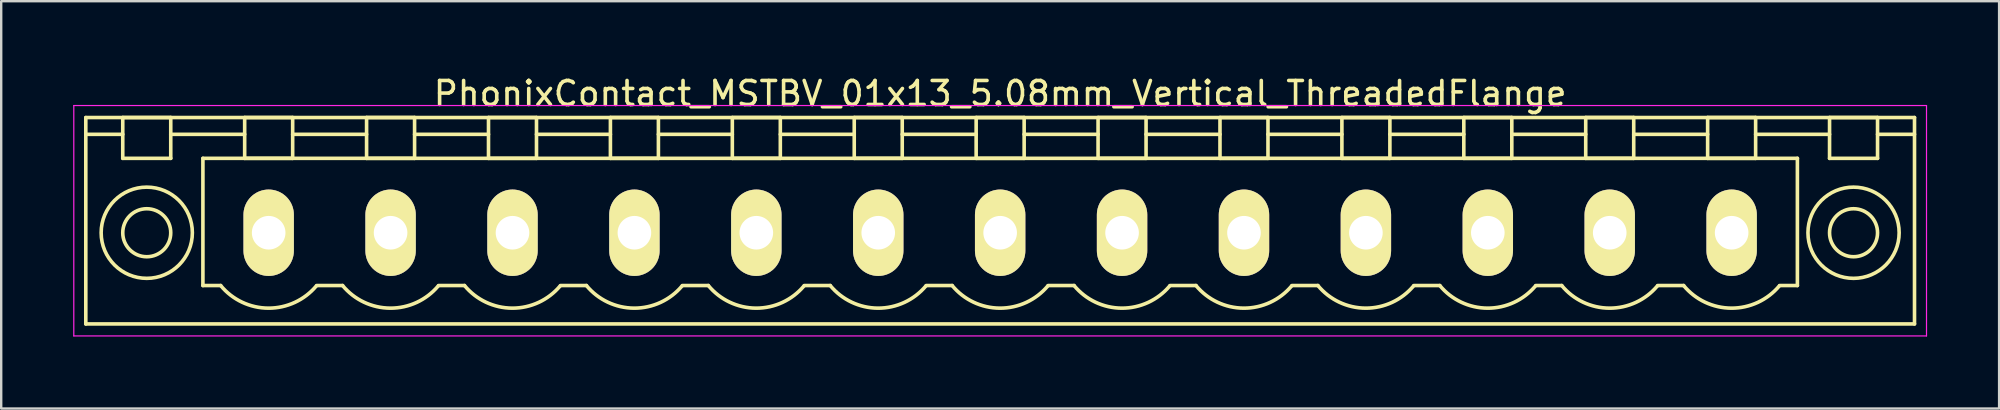
<source format=kicad_pcb>
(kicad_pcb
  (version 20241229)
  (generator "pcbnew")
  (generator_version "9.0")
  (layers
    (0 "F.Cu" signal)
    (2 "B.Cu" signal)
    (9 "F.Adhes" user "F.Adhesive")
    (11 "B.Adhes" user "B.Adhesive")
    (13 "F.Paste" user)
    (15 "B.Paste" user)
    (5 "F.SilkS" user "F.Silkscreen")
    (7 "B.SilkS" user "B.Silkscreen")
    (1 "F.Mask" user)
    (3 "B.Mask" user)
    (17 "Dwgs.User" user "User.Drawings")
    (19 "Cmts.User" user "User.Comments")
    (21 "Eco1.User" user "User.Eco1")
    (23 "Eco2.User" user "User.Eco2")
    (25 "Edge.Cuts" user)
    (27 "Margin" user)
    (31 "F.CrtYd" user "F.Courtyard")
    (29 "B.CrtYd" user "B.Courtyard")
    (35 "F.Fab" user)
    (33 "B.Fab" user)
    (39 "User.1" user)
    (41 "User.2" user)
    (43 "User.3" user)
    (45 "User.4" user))
  (footprint "PhonixContact_MSTBV_01x13_5.08mm_Vertical_ThreadedFlange"
    (layer "F.Cu")
    (at 8.145 6.648)
    (property "Reference" "PhonixContact_MSTBV_01x13_5.08mm_Vertical_ThreadedFlange" (at 30.48 -5.8 0) (layer "F.SilkS") (effects (font (size 1 1) (thickness 0.15))))
    (attr through_hole)
    (fp_line (start -7.62 -4.8) (end -7.62 3.8) (stroke (width 0.15) (type solid)) (layer "F.SilkS"))
    (fp_line (start -7.62 -4.1) (end -6.08 -4.1) (stroke (width 0.15) (type solid)) (layer "F.SilkS"))
    (fp_line (start -7.62 3.8) (end 68.58 3.8) (stroke (width 0.15) (type solid)) (layer "F.SilkS"))
    (fp_line (start -6.08 -4.8) (end -4.08 -4.8) (stroke (width 0.15) (type solid)) (layer "F.SilkS"))
    (fp_line (start -6.08 -3.1) (end -6.08 -4.8) (stroke (width 0.15) (type solid)) (layer "F.SilkS"))
    (fp_line (start -4.08 -4.8) (end -4.08 -3.1) (stroke (width 0.15) (type solid)) (layer "F.SilkS"))
    (fp_line (start -4.08 -4.1) (end -1 -4.1) (stroke (width 0.15) (type solid)) (layer "F.SilkS"))
    (fp_line (start -4.08 -3.1) (end -6.08 -3.1) (stroke (width 0.15) (type solid)) (layer "F.SilkS"))
    (fp_line (start -2.74 -3.1) (end 63.7 -3.1) (stroke (width 0.15) (type solid)) (layer "F.SilkS"))
    (fp_line (start -2.74 2.2) (end -2.74 -3.1) (stroke (width 0.15) (type solid)) (layer "F.SilkS"))
    (fp_line (start -2 2.2) (end -2.74 2.2) (stroke (width 0.15) (type solid)) (layer "F.SilkS"))
    (fp_line (start -1 -4.8) (end 1 -4.8) (stroke (width 0.15) (type solid)) (layer "F.SilkS"))
    (fp_line (start -1 -3.1) (end -1 -4.8) (stroke (width 0.15) (type solid)) (layer "F.SilkS"))
    (fp_line (start 1 -4.8) (end 1 -3.1) (stroke (width 0.15) (type solid)) (layer "F.SilkS"))
    (fp_line (start 1 -4.1) (end 4.08 -4.1) (stroke (width 0.15) (type solid)) (layer "F.SilkS"))
    (fp_line (start 1 -3.1) (end -1 -3.1) (stroke (width 0.15) (type solid)) (layer "F.SilkS"))
    (fp_line (start 2 2.2) (end 3.08 2.2) (stroke (width 0.15) (type solid)) (layer "F.SilkS"))
    (fp_line (start 4.08 -4.8) (end 6.08 -4.8) (stroke (width 0.15) (type solid)) (layer "F.SilkS"))
    (fp_line (start 4.08 -3.1) (end 4.08 -4.8) (stroke (width 0.15) (type solid)) (layer "F.SilkS"))
    (fp_line (start 6.08 -4.8) (end 6.08 -3.1) (stroke (width 0.15) (type solid)) (layer "F.SilkS"))
    (fp_line (start 6.08 -4.1) (end 9.16 -4.1) (stroke (width 0.15) (type solid)) (layer "F.SilkS"))
    (fp_line (start 6.08 -3.1) (end 4.08 -3.1) (stroke (width 0.15) (type solid)) (layer "F.SilkS"))
    (fp_line (start 7.08 2.2) (end 8.16 2.2) (stroke (width 0.15) (type solid)) (layer "F.SilkS"))
    (fp_line (start 9.16 -4.8) (end 11.16 -4.8) (stroke (width 0.15) (type solid)) (layer "F.SilkS"))
    (fp_line (start 9.16 -3.1) (end 9.16 -4.8) (stroke (width 0.15) (type solid)) (layer "F.SilkS"))
    (fp_line (start 11.16 -4.8) (end 11.16 -3.1) (stroke (width 0.15) (type solid)) (layer "F.SilkS"))
    (fp_line (start 11.16 -4.1) (end 14.24 -4.1) (stroke (width 0.15) (type solid)) (layer "F.SilkS"))
    (fp_line (start 11.16 -3.1) (end 9.16 -3.1) (stroke (width 0.15) (type solid)) (layer "F.SilkS"))
    (fp_line (start 12.16 2.2) (end 13.24 2.2) (stroke (width 0.15) (type solid)) (layer "F.SilkS"))
    (fp_line (start 14.24 -4.8) (end 16.24 -4.8) (stroke (width 0.15) (type solid)) (layer "F.SilkS"))
    (fp_line (start 14.24 -3.1) (end 14.24 -4.8) (stroke (width 0.15) (type solid)) (layer "F.SilkS"))
    (fp_line (start 16.24 -4.8) (end 16.24 -3.1) (stroke (width 0.15) (type solid)) (layer "F.SilkS"))
    (fp_line (start 16.24 -4.1) (end 19.32 -4.1) (stroke (width 0.15) (type solid)) (layer "F.SilkS"))
    (fp_line (start 16.24 -3.1) (end 14.24 -3.1) (stroke (width 0.15) (type solid)) (layer "F.SilkS"))
    (fp_line (start 17.24 2.2) (end 18.32 2.2) (stroke (width 0.15) (type solid)) (layer "F.SilkS"))
    (fp_line (start 19.32 -4.8) (end 21.32 -4.8) (stroke (width 0.15) (type solid)) (layer "F.SilkS"))
    (fp_line (start 19.32 -3.1) (end 19.32 -4.8) (stroke (width 0.15) (type solid)) (layer "F.SilkS"))
    (fp_line (start 21.32 -4.8) (end 21.32 -3.1) (stroke (width 0.15) (type solid)) (layer "F.SilkS"))
    (fp_line (start 21.32 -4.1) (end 24.4 -4.1) (stroke (width 0.15) (type solid)) (layer "F.SilkS"))
    (fp_line (start 21.32 -3.1) (end 19.32 -3.1) (stroke (width 0.15) (type solid)) (layer "F.SilkS"))
    (fp_line (start 22.32 2.2) (end 23.4 2.2) (stroke (width 0.15) (type solid)) (layer "F.SilkS"))
    (fp_line (start 24.4 -4.8) (end 26.4 -4.8) (stroke (width 0.15) (type solid)) (layer "F.SilkS"))
    (fp_line (start 24.4 -3.1) (end 24.4 -4.8) (stroke (width 0.15) (type solid)) (layer "F.SilkS"))
    (fp_line (start 26.4 -4.8) (end 26.4 -3.1) (stroke (width 0.15) (type solid)) (layer "F.SilkS"))
    (fp_line (start 26.4 -4.1) (end 29.48 -4.1) (stroke (width 0.15) (type solid)) (layer "F.SilkS"))
    (fp_line (start 26.4 -3.1) (end 24.4 -3.1) (stroke (width 0.15) (type solid)) (layer "F.SilkS"))
    (fp_line (start 27.4 2.2) (end 28.48 2.2) (stroke (width 0.15) (type solid)) (layer "F.SilkS"))
    (fp_line (start 29.48 -4.8) (end 31.48 -4.8) (stroke (width 0.15) (type solid)) (layer "F.SilkS"))
    (fp_line (start 29.48 -3.1) (end 29.48 -4.8) (stroke (width 0.15) (type solid)) (layer "F.SilkS"))
    (fp_line (start 31.48 -4.8) (end 31.48 -3.1) (stroke (width 0.15) (type solid)) (layer "F.SilkS"))
    (fp_line (start 31.48 -4.1) (end 34.56 -4.1) (stroke (width 0.15) (type solid)) (layer "F.SilkS"))
    (fp_line (start 31.48 -3.1) (end 29.48 -3.1) (stroke (width 0.15) (type solid)) (layer "F.SilkS"))
    (fp_line (start 32.48 2.2) (end 33.56 2.2) (stroke (width 0.15) (type solid)) (layer "F.SilkS"))
    (fp_line (start 34.56 -4.8) (end 36.56 -4.8) (stroke (width 0.15) (type solid)) (layer "F.SilkS"))
    (fp_line (start 34.56 -3.1) (end 34.56 -4.8) (stroke (width 0.15) (type solid)) (layer "F.SilkS"))
    (fp_line (start 36.56 -4.8) (end 36.56 -3.1) (stroke (width 0.15) (type solid)) (layer "F.SilkS"))
    (fp_line (start 36.56 -4.1) (end 39.64 -4.1) (stroke (width 0.15) (type solid)) (layer "F.SilkS"))
    (fp_line (start 36.56 -3.1) (end 34.56 -3.1) (stroke (width 0.15) (type solid)) (layer "F.SilkS"))
    (fp_line (start 37.56 2.2) (end 38.64 2.2) (stroke (width 0.15) (type solid)) (layer "F.SilkS"))
    (fp_line (start 39.64 -4.8) (end 41.64 -4.8) (stroke (width 0.15) (type solid)) (layer "F.SilkS"))
    (fp_line (start 39.64 -3.1) (end 39.64 -4.8) (stroke (width 0.15) (type solid)) (layer "F.SilkS"))
    (fp_line (start 41.64 -4.8) (end 41.64 -3.1) (stroke (width 0.15) (type solid)) (layer "F.SilkS"))
    (fp_line (start 41.64 -4.1) (end 44.72 -4.1) (stroke (width 0.15) (type solid)) (layer "F.SilkS"))
    (fp_line (start 41.64 -3.1) (end 39.64 -3.1) (stroke (width 0.15) (type solid)) (layer "F.SilkS"))
    (fp_line (start 42.64 2.2) (end 43.72 2.2) (stroke (width 0.15) (type solid)) (layer "F.SilkS"))
    (fp_line (start 44.72 -4.8) (end 46.72 -4.8) (stroke (width 0.15) (type solid)) (layer "F.SilkS"))
    (fp_line (start 44.72 -3.1) (end 44.72 -4.8) (stroke (width 0.15) (type solid)) (layer "F.SilkS"))
    (fp_line (start 46.72 -4.8) (end 46.72 -3.1) (stroke (width 0.15) (type solid)) (layer "F.SilkS"))
    (fp_line (start 46.72 -4.1) (end 49.8 -4.1) (stroke (width 0.15) (type solid)) (layer "F.SilkS"))
    (fp_line (start 46.72 -3.1) (end 44.72 -3.1) (stroke (width 0.15) (type solid)) (layer "F.SilkS"))
    (fp_line (start 47.72 2.2) (end 48.8 2.2) (stroke (width 0.15) (type solid)) (layer "F.SilkS"))
    (fp_line (start 49.8 -4.8) (end 51.8 -4.8) (stroke (width 0.15) (type solid)) (layer "F.SilkS"))
    (fp_line (start 49.8 -3.1) (end 49.8 -4.8) (stroke (width 0.15) (type solid)) (layer "F.SilkS"))
    (fp_line (start 51.8 -4.8) (end 51.8 -3.1) (stroke (width 0.15) (type solid)) (layer "F.SilkS"))
    (fp_line (start 51.8 -4.1) (end 54.88 -4.1) (stroke (width 0.15) (type solid)) (layer "F.SilkS"))
    (fp_line (start 51.8 -3.1) (end 49.8 -3.1) (stroke (width 0.15) (type solid)) (layer "F.SilkS"))
    (fp_line (start 52.8 2.2) (end 53.88 2.2) (stroke (width 0.15) (type solid)) (layer "F.SilkS"))
    (fp_line (start 54.88 -4.8) (end 56.88 -4.8) (stroke (width 0.15) (type solid)) (layer "F.SilkS"))
    (fp_line (start 54.88 -3.1) (end 54.88 -4.8) (stroke (width 0.15) (type solid)) (layer "F.SilkS"))
    (fp_line (start 56.88 -4.8) (end 56.88 -3.1) (stroke (width 0.15) (type solid)) (layer "F.SilkS"))
    (fp_line (start 56.88 -4.1) (end 59.96 -4.1) (stroke (width 0.15) (type solid)) (layer "F.SilkS"))
    (fp_line (start 56.88 -3.1) (end 54.88 -3.1) (stroke (width 0.15) (type solid)) (layer "F.SilkS"))
    (fp_line (start 57.88 2.2) (end 58.96 2.2) (stroke (width 0.15) (type solid)) (layer "F.SilkS"))
    (fp_line (start 59.96 -4.8) (end 61.96 -4.8) (stroke (width 0.15) (type solid)) (layer "F.SilkS"))
    (fp_line (start 59.96 -3.1) (end 59.96 -4.8) (stroke (width 0.15) (type solid)) (layer "F.SilkS"))
    (fp_line (start 61.96 -4.8) (end 61.96 -3.1) (stroke (width 0.15) (type solid)) (layer "F.SilkS"))
    (fp_line (start 61.96 -4.1) (end 65.04 -4.1) (stroke (width 0.15) (type solid)) (layer "F.SilkS"))
    (fp_line (start 61.96 -3.1) (end 59.96 -3.1) (stroke (width 0.15) (type solid)) (layer "F.SilkS"))
    (fp_line (start 63.7 -3.1) (end 63.7 2.2) (stroke (width 0.15) (type solid)) (layer "F.SilkS"))
    (fp_line (start 63.7 2.2) (end 62.96 2.2) (stroke (width 0.15) (type solid)) (layer "F.SilkS"))
    (fp_line (start 65.04 -4.8) (end 67.04 -4.8) (stroke (width 0.15) (type solid)) (layer "F.SilkS"))
    (fp_line (start 65.04 -3.1) (end 65.04 -4.8) (stroke (width 0.15) (type solid)) (layer "F.SilkS"))
    (fp_line (start 67.04 -4.8) (end 67.04 -3.1) (stroke (width 0.15) (type solid)) (layer "F.SilkS"))
    (fp_line (start 67.04 -3.1) (end 65.04 -3.1) (stroke (width 0.15) (type solid)) (layer "F.SilkS"))
    (fp_line (start 68.58 -4.8) (end -7.62 -4.8) (stroke (width 0.15) (type solid)) (layer "F.SilkS"))
    (fp_line (start 68.58 -4.1) (end 67.04 -4.1) (stroke (width 0.15) (type solid)) (layer "F.SilkS"))
    (fp_line (start 68.58 3.8) (end 68.58 -4.8) (stroke (width 0.15) (type solid)) (layer "F.SilkS"))
    (fp_arc (start 1.986842 2.215821) (mid -0.010289 3.142758) (end -2 2.2) (stroke (width 0.15) (type solid)) (layer "F.SilkS"))
    (fp_arc (start 7.066842 2.215821) (mid 5.069711 3.142758) (end 3.08 2.2) (stroke (width 0.15) (type solid)) (layer "F.SilkS"))
    (fp_arc (start 12.146842 2.215821) (mid 10.149711 3.142758) (end 8.16 2.2) (stroke (width 0.15) (type solid)) (layer "F.SilkS"))
    (fp_arc (start 17.226842 2.215821) (mid 15.229711 3.142758) (end 13.24 2.2) (stroke (width 0.15) (type solid)) (layer "F.SilkS"))
    (fp_arc (start 22.306842 2.215821) (mid 20.309711 3.142758) (end 18.32 2.2) (stroke (width 0.15) (type solid)) (layer "F.SilkS"))
    (fp_arc (start 27.386842 2.215821) (mid 25.389711 3.142758) (end 23.4 2.2) (stroke (width 0.15) (type solid)) (layer "F.SilkS"))
    (fp_arc (start 32.466842 2.215821) (mid 30.469711 3.142758) (end 28.48 2.2) (stroke (width 0.15) (type solid)) (layer "F.SilkS"))
    (fp_arc (start 37.546842 2.215821) (mid 35.549711 3.142758) (end 33.56 2.2) (stroke (width 0.15) (type solid)) (layer "F.SilkS"))
    (fp_arc (start 42.626842 2.215821) (mid 40.629711 3.142758) (end 38.64 2.2) (stroke (width 0.15) (type solid)) (layer "F.SilkS"))
    (fp_arc (start 47.706842 2.215821) (mid 45.709711 3.142758) (end 43.72 2.2) (stroke (width 0.15) (type solid)) (layer "F.SilkS"))
    (fp_arc (start 52.786842 2.215821) (mid 50.789711 3.142758) (end 48.8 2.2) (stroke (width 0.15) (type solid)) (layer "F.SilkS"))
    (fp_arc (start 57.866842 2.215821) (mid 55.869711 3.142758) (end 53.88 2.2) (stroke (width 0.15) (type solid)) (layer "F.SilkS"))
    (fp_arc (start 62.946842 2.215821) (mid 60.949711 3.142758) (end 58.96 2.2) (stroke (width 0.15) (type solid)) (layer "F.SilkS"))
    (fp_circle (center -5.08 0) (end -4.08 0) (stroke (width 0.15) (type solid)) (fill no) (layer "F.SilkS"))
    (fp_circle (center -5.08 0) (end -3.18 0) (stroke (width 0.15) (type solid)) (fill no) (layer "F.SilkS"))
    (fp_circle (center 66.04 0) (end 67.04 0) (stroke (width 0.15) (type solid)) (fill no) (layer "F.SilkS"))
    (fp_circle (center 66.04 0) (end 67.94 0) (stroke (width 0.15) (type solid)) (fill no) (layer "F.SilkS"))
    (fp_line (start -8.12 -5.3) (end -8.12 4.3) (stroke (width 0.05) (type solid)) (layer "F.CrtYd"))
    (fp_line (start -8.12 4.3) (end 69.08 4.3) (stroke (width 0.05) (type solid)) (layer "F.CrtYd"))
    (fp_line (start 69.08 -5.3) (end -8.12 -5.3) (stroke (width 0.05) (type solid)) (layer "F.CrtYd"))
    (fp_line (start 69.08 4.3) (end 69.08 -5.3) (stroke (width 0.05) (type solid)) (layer "F.CrtYd"))
    (pad "1" thru_hole oval (at 0 0) (size 2.1 3.6) (drill 1.4) (layers "*.Cu" "*.Mask" "F.SilkS"))
    (pad "2" thru_hole oval (at 5.08 0) (size 2.1 3.6) (drill 1.4) (layers "*.Cu" "*.Mask" "F.SilkS"))
    (pad "3" thru_hole oval (at 10.16 0) (size 2.1 3.6) (drill 1.4) (layers "*.Cu" "*.Mask" "F.SilkS"))
    (pad "4" thru_hole oval (at 15.24 0) (size 2.1 3.6) (drill 1.4) (layers "*.Cu" "*.Mask" "F.SilkS"))
    (pad "5" thru_hole oval (at 20.32 0) (size 2.1 3.6) (drill 1.4) (layers "*.Cu" "*.Mask" "F.SilkS"))
    (pad "6" thru_hole oval (at 25.4 0) (size 2.1 3.6) (drill 1.4) (layers "*.Cu" "*.Mask" "F.SilkS"))
    (pad "7" thru_hole oval (at 30.48 0) (size 2.1 3.6) (drill 1.4) (layers "*.Cu" "*.Mask" "F.SilkS"))
    (pad "8" thru_hole oval (at 35.56 0) (size 2.1 3.6) (drill 1.4) (layers "*.Cu" "*.Mask" "F.SilkS"))
    (pad "9" thru_hole oval (at 40.64 0) (size 2.1 3.6) (drill 1.4) (layers "*.Cu" "*.Mask" "F.SilkS"))
    (pad "10" thru_hole oval (at 45.72 0) (size 2.1 3.6) (drill 1.4) (layers "*.Cu" "*.Mask" "F.SilkS"))
    (pad "11" thru_hole oval (at 50.8 0) (size 2.1 3.6) (drill 1.4) (layers "*.Cu" "*.Mask" "F.SilkS"))
    (pad "12" thru_hole oval (at 55.88 0) (size 2.1 3.6) (drill 1.4) (layers "*.Cu" "*.Mask" "F.SilkS"))
    (pad "13" thru_hole oval (at 60.96 0) (size 2.1 3.6) (drill 1.4) (layers "*.Cu" "*.Mask" "F.SilkS")))
  (gr_rect
    (start -3 -3)
    (end 80.25 13.973)
    (stroke (width 0.1) (type default))
    (fill no)
    (layer "Edge.Cuts")))
</source>
